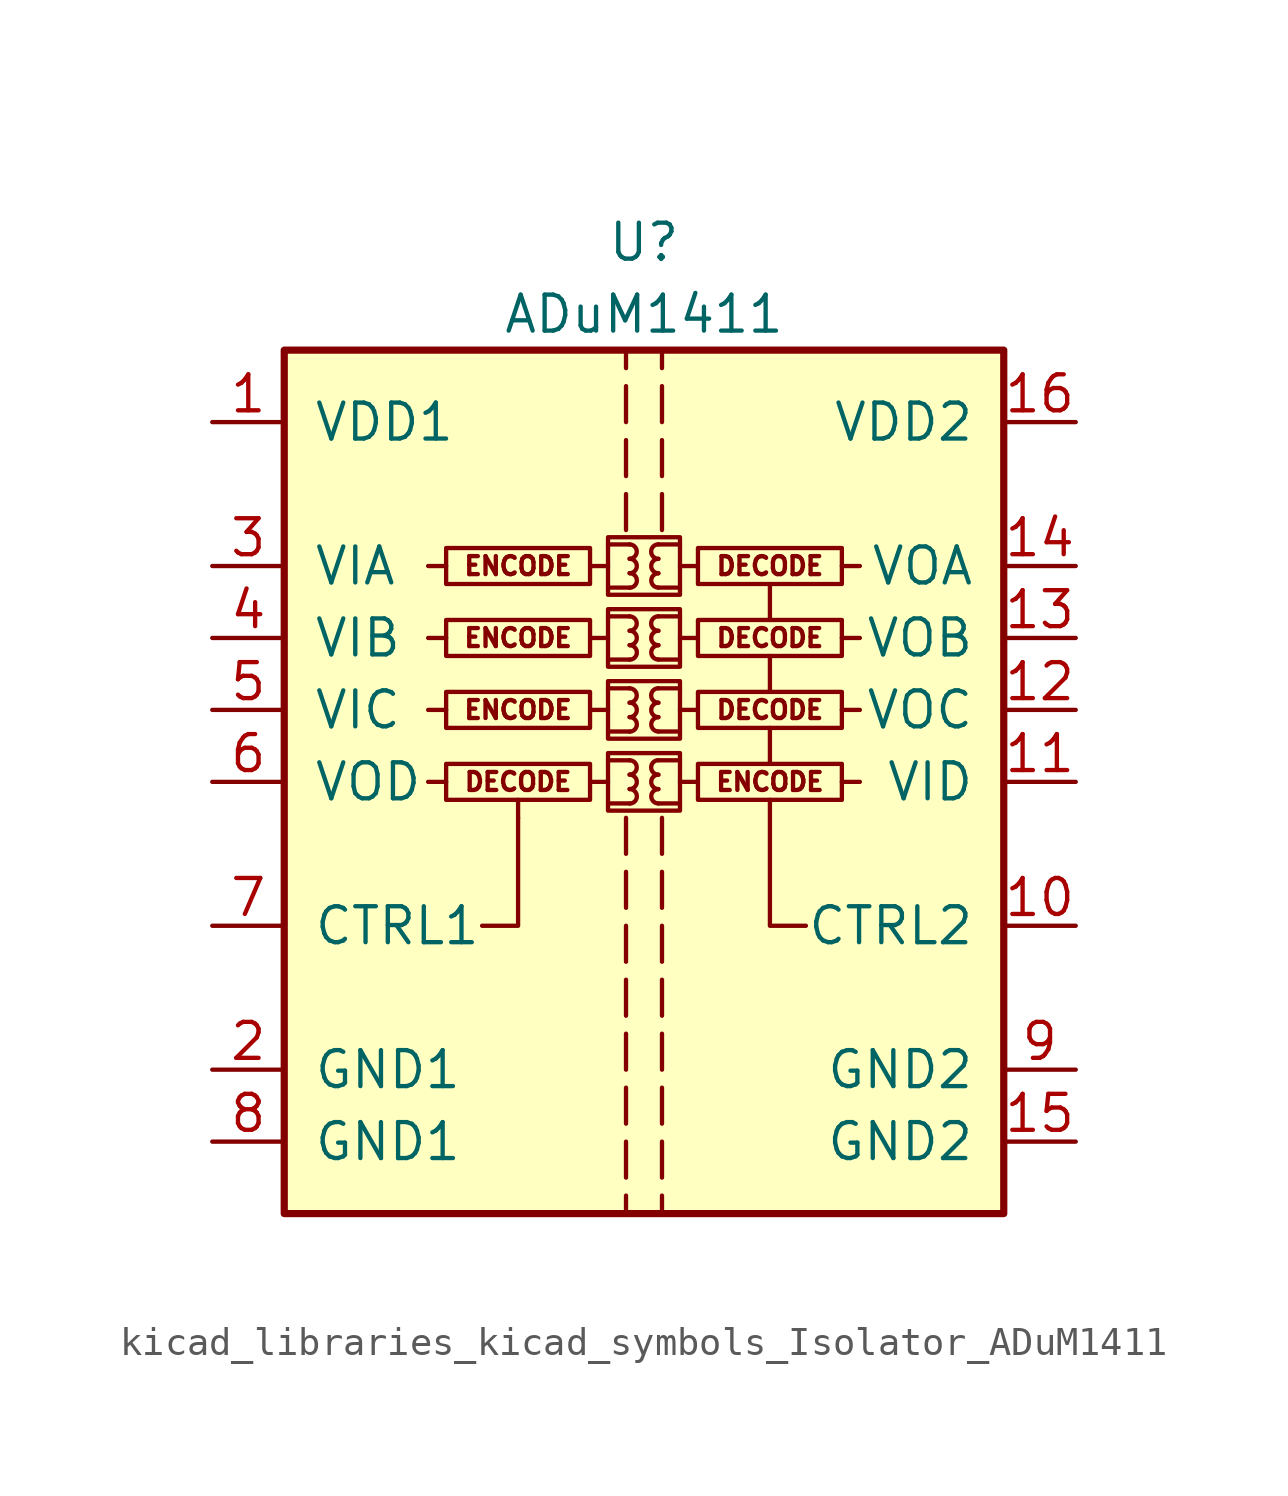
<source format=kicad_sym>
(kicad_symbol_lib
  (version 20220914)
  (generator kicad_symbol_editor)
  (symbol "kicad_libraries_kicad_symbols_Isolator_ADuM1411"
    (pin_names
      (offset 1.016))
    (property "Reference" "U"
      (at 0 19.05 0)
      (effects (font (size 1.27 1.27))))
    (property "Value" "ADuM1411"
      (at 0 16.51 0)
      (effects (font (size 1.27 1.27))))
    (symbol "kicad_libraries_kicad_symbols_Isolator_ADuM1411_0_0"
      (rectangle (start -1.905 0.635) (end -6.985 -0.635) (stroke (width 0) (type default)) (fill (type none)))
      (rectangle (start -1.27 1.016) (end 1.27 -1.016) (stroke (width 0) (type default)) (fill (type none)))
      (rectangle (start -1.27 3.556) (end 1.27 1.524) (stroke (width 0) (type default)) (fill (type none)))
      (rectangle (start -1.27 6.096) (end 1.27 4.064) (stroke (width 0) (type default)) (fill (type none)))
      (rectangle (start -1.27 8.636) (end 1.27 6.604) (stroke (width 0) (type default)) (fill (type none)))
      (arc (start -0.508 -0.762) (mid -0.2551 -0.508) (end -0.508 -0.254) (stroke (width 0) (type default)) (fill (type none)))
      (arc (start -0.508 -0.254) (mid -0.2551 0) (end -0.508 0.254) (stroke (width 0) (type default)) (fill (type none)))
      (arc (start -0.508 0.254) (mid -0.2551 0.508) (end -0.508 0.762) (stroke (width 0) (type default)) (fill (type none)))
      (arc (start -0.508 1.778) (mid -0.2551 2.032) (end -0.508 2.286) (stroke (width 0) (type default)) (fill (type none)))
      (arc (start -0.508 2.286) (mid -0.2551 2.54) (end -0.508 2.794) (stroke (width 0) (type default)) (fill (type none)))
      (arc (start -0.508 2.794) (mid -0.2551 3.048) (end -0.508 3.302) (stroke (width 0) (type default)) (fill (type none)))
      (arc (start -0.508 4.318) (mid -0.2551 4.572) (end -0.508 4.826) (stroke (width 0) (type default)) (fill (type none)))
      (arc (start -0.508 4.826) (mid -0.2551 5.08) (end -0.508 5.334) (stroke (width 0) (type default)) (fill (type none)))
      (arc (start -0.508 5.334) (mid -0.2551 5.588) (end -0.508 5.842) (stroke (width 0) (type default)) (fill (type none)))
      (arc (start -0.508 6.858) (mid -0.2551 7.112) (end -0.508 7.366) (stroke (width 0) (type default)) (fill (type none)))
      (arc (start -0.508 7.366) (mid -0.2551 7.62) (end -0.508 7.874) (stroke (width 0) (type default)) (fill (type none)))
      (arc (start -0.508 7.874) (mid -0.2551 8.128) (end -0.508 8.382) (stroke (width 0) (type default)) (fill (type none)))
      (polyline (pts (xy -6.985 0) (xy -7.62 0)) (stroke (width 0) (type default)) (fill (type none)))
      (polyline (pts (xy -6.985 2.54) (xy -7.62 2.54)) (stroke (width 0) (type default)) (fill (type none)))
      (polyline (pts (xy -6.985 5.08) (xy -7.62 5.08)) (stroke (width 0) (type default)) (fill (type none)))
      (polyline (pts (xy -6.985 7.62) (xy -7.62 7.62)) (stroke (width 0) (type default)) (fill (type none)))
      (polyline (pts (xy -4.445 -1.27) (xy -4.445 -0.635)) (stroke (width 0) (type default)) (fill (type none)))
      (polyline (pts (xy -1.905 0) (xy -1.27 0)) (stroke (width 0) (type default)) (fill (type none)))
      (polyline (pts (xy -1.905 2.54) (xy -1.27 2.54)) (stroke (width 0) (type default)) (fill (type none)))
      (polyline (pts (xy -1.905 5.08) (xy -1.27 5.08)) (stroke (width 0) (type default)) (fill (type none)))
      (polyline (pts (xy -1.905 7.62) (xy -1.27 7.62)) (stroke (width 0) (type default)) (fill (type none)))
      (polyline (pts (xy -1.27 -0.762) (xy -0.508 -0.762)) (stroke (width 0) (type default)) (fill (type none)))
      (polyline (pts (xy -1.27 0.762) (xy -0.508 0.762)) (stroke (width 0) (type default)) (fill (type none)))
      (polyline (pts (xy -1.27 1.778) (xy -0.508 1.778)) (stroke (width 0) (type default)) (fill (type none)))
      (polyline (pts (xy -1.27 3.302) (xy -0.508 3.302)) (stroke (width 0) (type default)) (fill (type none)))
      (polyline (pts (xy -1.27 4.318) (xy -0.508 4.318)) (stroke (width 0) (type default)) (fill (type none)))
      (polyline (pts (xy -1.27 5.842) (xy -0.508 5.842)) (stroke (width 0) (type default)) (fill (type none)))
      (polyline (pts (xy -1.27 6.858) (xy -0.508 6.858)) (stroke (width 0) (type default)) (fill (type none)))
      (polyline (pts (xy -1.27 8.382) (xy -0.508 8.382)) (stroke (width 0) (type default)) (fill (type none)))
      (polyline (pts (xy -0.635 -10.795) (xy -0.635 -12.065)) (stroke (width 0) (type default)) (fill (type none)))
      (polyline (pts (xy -0.635 -8.89) (xy -0.635 -10.16)) (stroke (width 0) (type default)) (fill (type none)))
      (polyline (pts (xy -0.635 -6.985) (xy -0.635 -8.255)) (stroke (width 0) (type default)) (fill (type none)))
      (polyline (pts (xy -0.635 -5.08) (xy -0.635 -6.35)) (stroke (width 0) (type default)) (fill (type none)))
      (polyline (pts (xy -0.635 -3.175) (xy -0.635 -4.445)) (stroke (width 0) (type default)) (fill (type none)))
      (polyline (pts (xy -0.635 -1.27) (xy -0.635 -2.54)) (stroke (width 0) (type default)) (fill (type none)))
      (polyline (pts (xy -0.635 8.89) (xy -0.635 10.16)) (stroke (width 0) (type default)) (fill (type none)))
      (polyline (pts (xy -0.635 10.795) (xy -0.635 12.065)) (stroke (width 0) (type default)) (fill (type none)))
      (polyline (pts (xy -0.635 12.7) (xy -0.635 13.97)) (stroke (width 0) (type default)) (fill (type none)))
      (polyline (pts (xy -0.635 15.24) (xy -0.635 14.605)) (stroke (width 0) (type default)) (fill (type none)))
      (polyline (pts (xy 0.635 -10.795) (xy 0.635 -12.065)) (stroke (width 0) (type default)) (fill (type none)))
      (polyline (pts (xy 0.635 -8.89) (xy 0.635 -10.16)) (stroke (width 0) (type default)) (fill (type none)))
      (polyline (pts (xy 0.635 -6.985) (xy 0.635 -8.255)) (stroke (width 0) (type default)) (fill (type none)))
      (polyline (pts (xy 0.635 -5.08) (xy 0.635 -6.35)) (stroke (width 0) (type default)) (fill (type none)))
      (polyline (pts (xy 0.635 -3.175) (xy 0.635 -4.445)) (stroke (width 0) (type default)) (fill (type none)))
      (polyline (pts (xy 0.635 -1.27) (xy 0.635 -2.54)) (stroke (width 0) (type default)) (fill (type none)))
      (polyline (pts (xy 0.635 8.89) (xy 0.635 10.16)) (stroke (width 0) (type default)) (fill (type none)))
      (polyline (pts (xy 0.635 12.065) (xy 0.635 10.795)) (stroke (width 0) (type default)) (fill (type none)))
      (polyline (pts (xy 0.635 13.97) (xy 0.635 12.7)) (stroke (width 0) (type default)) (fill (type none)))
      (polyline (pts (xy 0.635 14.605) (xy 0.635 15.24)) (stroke (width 0) (type default)) (fill (type none)))
      (polyline (pts (xy 1.27 -0.762) (xy 0.508 -0.762)) (stroke (width 0) (type default)) (fill (type none)))
      (polyline (pts (xy 1.27 0.762) (xy 0.508 0.762)) (stroke (width 0) (type default)) (fill (type none)))
      (polyline (pts (xy 1.27 1.778) (xy 0.508 1.778)) (stroke (width 0) (type default)) (fill (type none)))
      (polyline (pts (xy 1.27 3.302) (xy 0.508 3.302)) (stroke (width 0) (type default)) (fill (type none)))
      (polyline (pts (xy 1.27 4.318) (xy 0.508 4.318)) (stroke (width 0) (type default)) (fill (type none)))
      (polyline (pts (xy 1.27 5.842) (xy 0.508 5.842)) (stroke (width 0) (type default)) (fill (type none)))
      (polyline (pts (xy 1.27 6.858) (xy 0.508 6.858)) (stroke (width 0) (type default)) (fill (type none)))
      (polyline (pts (xy 1.27 8.382) (xy 0.508 8.382)) (stroke (width 0) (type default)) (fill (type none)))
      (polyline (pts (xy 1.905 0) (xy 1.27 0)) (stroke (width 0) (type default)) (fill (type none)))
      (polyline (pts (xy 1.905 2.54) (xy 1.27 2.54)) (stroke (width 0) (type default)) (fill (type none)))
      (polyline (pts (xy 1.905 5.08) (xy 1.27 5.08)) (stroke (width 0) (type default)) (fill (type none)))
      (polyline (pts (xy 1.905 7.62) (xy 1.27 7.62)) (stroke (width 0) (type default)) (fill (type none)))
      (polyline (pts (xy 4.445 0.635) (xy 4.445 1.905)) (stroke (width 0) (type default)) (fill (type none)))
      (polyline (pts (xy 4.445 3.175) (xy 4.445 4.445)) (stroke (width 0) (type default)) (fill (type none)))
      (polyline (pts (xy 4.445 5.715) (xy 4.445 6.985)) (stroke (width 0) (type default)) (fill (type none)))
      (polyline (pts (xy 6.985 0) (xy 7.62 0)) (stroke (width 0) (type default)) (fill (type none)))
      (polyline (pts (xy 6.985 2.54) (xy 7.62 2.54)) (stroke (width 0) (type default)) (fill (type none)))
      (polyline (pts (xy 6.985 5.08) (xy 7.62 5.08)) (stroke (width 0) (type default)) (fill (type none)))
      (polyline (pts (xy 6.985 7.62) (xy 7.62 7.62)) (stroke (width 0) (type default)) (fill (type none)))
      (polyline (pts (xy -4.445 -1.27) (xy -4.445 -5.08) (xy -5.715 -5.08)) (stroke (width 0) (type default)) (fill (type none)))
      (polyline (pts (xy 5.715 -5.08) (xy 4.445 -5.08) (xy 4.445 -0.635)) (stroke (width 0) (type default)) (fill (type none)))
      (arc (start 0.508 -0.254) (mid 0.2551 -0.508) (end 0.508 -0.762) (stroke (width 0) (type default)) (fill (type none)))
      (arc (start 0.508 0.254) (mid 0.2551 0) (end 0.508 -0.254) (stroke (width 0) (type default)) (fill (type none)))
      (arc (start 0.508 0.762) (mid 0.2551 0.508) (end 0.508 0.254) (stroke (width 0) (type default)) (fill (type none)))
      (arc (start 0.508 2.286) (mid 0.2551 2.032) (end 0.508 1.778) (stroke (width 0) (type default)) (fill (type none)))
      (arc (start 0.508 2.794) (mid 0.2551 2.54) (end 0.508 2.286) (stroke (width 0) (type default)) (fill (type none)))
      (arc (start 0.508 3.302) (mid 0.2551 3.048) (end 0.508 2.794) (stroke (width 0) (type default)) (fill (type none)))
      (arc (start 0.508 4.826) (mid 0.2551 4.572) (end 0.508 4.318) (stroke (width 0) (type default)) (fill (type none)))
      (arc (start 0.508 5.334) (mid 0.2551 5.08) (end 0.508 4.826) (stroke (width 0) (type default)) (fill (type none)))
      (arc (start 0.508 5.842) (mid 0.2551 5.588) (end 0.508 5.334) (stroke (width 0) (type default)) (fill (type none)))
      (arc (start 0.508 7.366) (mid 0.2551 7.112) (end 0.508 6.858) (stroke (width 0) (type default)) (fill (type none)))
      (arc (start 0.508 7.874) (mid 0.2551 7.62) (end 0.508 7.366) (stroke (width 0) (type default)) (fill (type none)))
      (arc (start 0.508 8.382) (mid 0.2551 8.128) (end 0.508 7.874) (stroke (width 0) (type default)) (fill (type none)))
      (rectangle (start 1.905 0.635) (end 6.985 -0.635) (stroke (width 0) (type default)) (fill (type none)))
      (rectangle (start 1.905 3.175) (end 6.985 1.905) (stroke (width 0) (type default)) (fill (type none)))
      (rectangle (start 1.905 5.715) (end 6.985 4.445) (stroke (width 0) (type default)) (fill (type none)))
      (rectangle (start 1.905 8.255) (end 6.985 6.985) (stroke (width 0) (type default)) (fill (type none)))
      (text "DECODE" (at -4.445 0 0) (effects (font (size 0.635 0.635))))
      (text "DECODE" (at 4.445 2.54 0) (effects (font (size 0.635 0.635))))
      (text "DECODE" (at 4.445 5.08 0) (effects (font (size 0.635 0.635))))
      (text "DECODE" (at 4.445 7.62 0) (effects (font (size 0.635 0.635))))
      (text "ENCODE" (at -4.445 2.54 0) (effects (font (size 0.635 0.635))))
      (text "ENCODE" (at -4.445 5.08 0) (effects (font (size 0.635 0.635))))
      (text "ENCODE" (at -4.445 7.62 0) (effects (font (size 0.635 0.635))))
      (text "ENCODE" (at 4.445 0 0) (effects (font (size 0.635 0.635)))))
    (symbol "kicad_libraries_kicad_symbols_Isolator_ADuM1411_0_1"
      (rectangle (start -12.7 15.24) (end 12.7 -15.24) (stroke (width 0.254) (type default)) (fill (type background)))
      (rectangle (start -1.905 3.175) (end -6.985 1.905) (stroke (width 0) (type default)) (fill (type none)))
      (rectangle (start -1.905 5.715) (end -6.985 4.445) (stroke (width 0) (type default)) (fill (type none)))
      (rectangle (start -1.905 8.255) (end -6.985 6.985) (stroke (width 0) (type default)) (fill (type none)))
      (polyline (pts (xy -0.635 -14.605) (xy -0.635 -15.24)) (stroke (width 0) (type default)) (fill (type none)))
      (polyline (pts (xy -0.635 -12.7) (xy -0.635 -13.97)) (stroke (width 0) (type default)) (fill (type none)))
      (polyline (pts (xy 0.635 -14.605) (xy 0.635 -15.24)) (stroke (width 0) (type default)) (fill (type none)))
      (polyline (pts (xy 0.635 -12.7) (xy 0.635 -13.97)) (stroke (width 0) (type default)) (fill (type none))))
    (symbol "kicad_libraries_kicad_symbols_Isolator_ADuM1411_1_1"
      (pin power_in line (at -15.24 12.7 0) (length 2.54) (name "VDD1" (effects (font (size 1.27 1.27)))) (number "1" (effects (font (size 1.27 1.27)))))
      (pin input line (at 15.24 -5.08 180) (length 2.54) (name "CTRL2" (effects (font (size 1.27 1.27)))) (number "10" (effects (font (size 1.27 1.27)))))
      (pin input line (at 15.24 0 180) (length 2.54) (name "VID" (effects (font (size 1.27 1.27)))) (number "11" (effects (font (size 1.27 1.27)))))
      (pin output line (at 15.24 2.54 180) (length 2.54) (name "VOC" (effects (font (size 1.27 1.27)))) (number "12" (effects (font (size 1.27 1.27)))))
      (pin output line (at 15.24 5.08 180) (length 2.54) (name "VOB" (effects (font (size 1.27 1.27)))) (number "13" (effects (font (size 1.27 1.27)))))
      (pin output line (at 15.24 7.62 180) (length 2.54) (name "VOA" (effects (font (size 1.27 1.27)))) (number "14" (effects (font (size 1.27 1.27)))))
      (pin power_in line (at 15.24 -12.7 180) (length 2.54) (name "GND2" (effects (font (size 1.27 1.27)))) (number "15" (effects (font (size 1.27 1.27)))))
      (pin power_in line (at 15.24 12.7 180) (length 2.54) (name "VDD2" (effects (font (size 1.27 1.27)))) (number "16" (effects (font (size 1.27 1.27)))))
      (pin power_in line (at -15.24 -10.16 0) (length 2.54) (name "GND1" (effects (font (size 1.27 1.27)))) (number "2" (effects (font (size 1.27 1.27)))))
      (pin input line (at -15.24 7.62 0) (length 2.54) (name "VIA" (effects (font (size 1.27 1.27)))) (number "3" (effects (font (size 1.27 1.27)))))
      (pin input line (at -15.24 5.08 0) (length 2.54) (name "VIB" (effects (font (size 1.27 1.27)))) (number "4" (effects (font (size 1.27 1.27)))))
      (pin input line (at -15.24 2.54 0) (length 2.54) (name "VIC" (effects (font (size 1.27 1.27)))) (number "5" (effects (font (size 1.27 1.27)))))
      (pin output line (at -15.24 0 0) (length 2.54) (name "VOD" (effects (font (size 1.27 1.27)))) (number "6" (effects (font (size 1.27 1.27)))))
      (pin input line (at -15.24 -5.08 0) (length 2.54) (name "CTRL1" (effects (font (size 1.27 1.27)))) (number "7" (effects (font (size 1.27 1.27)))))
      (pin power_in line (at -15.24 -12.7 0) (length 2.54) (name "GND1" (effects (font (size 1.27 1.27)))) (number "8" (effects (font (size 1.27 1.27)))))
      (pin power_in line (at 15.24 -10.16 180) (length 2.54) (name "GND2" (effects (font (size 1.27 1.27)))) (number "9" (effects (font (size 1.27 1.27))))))))
</source>
